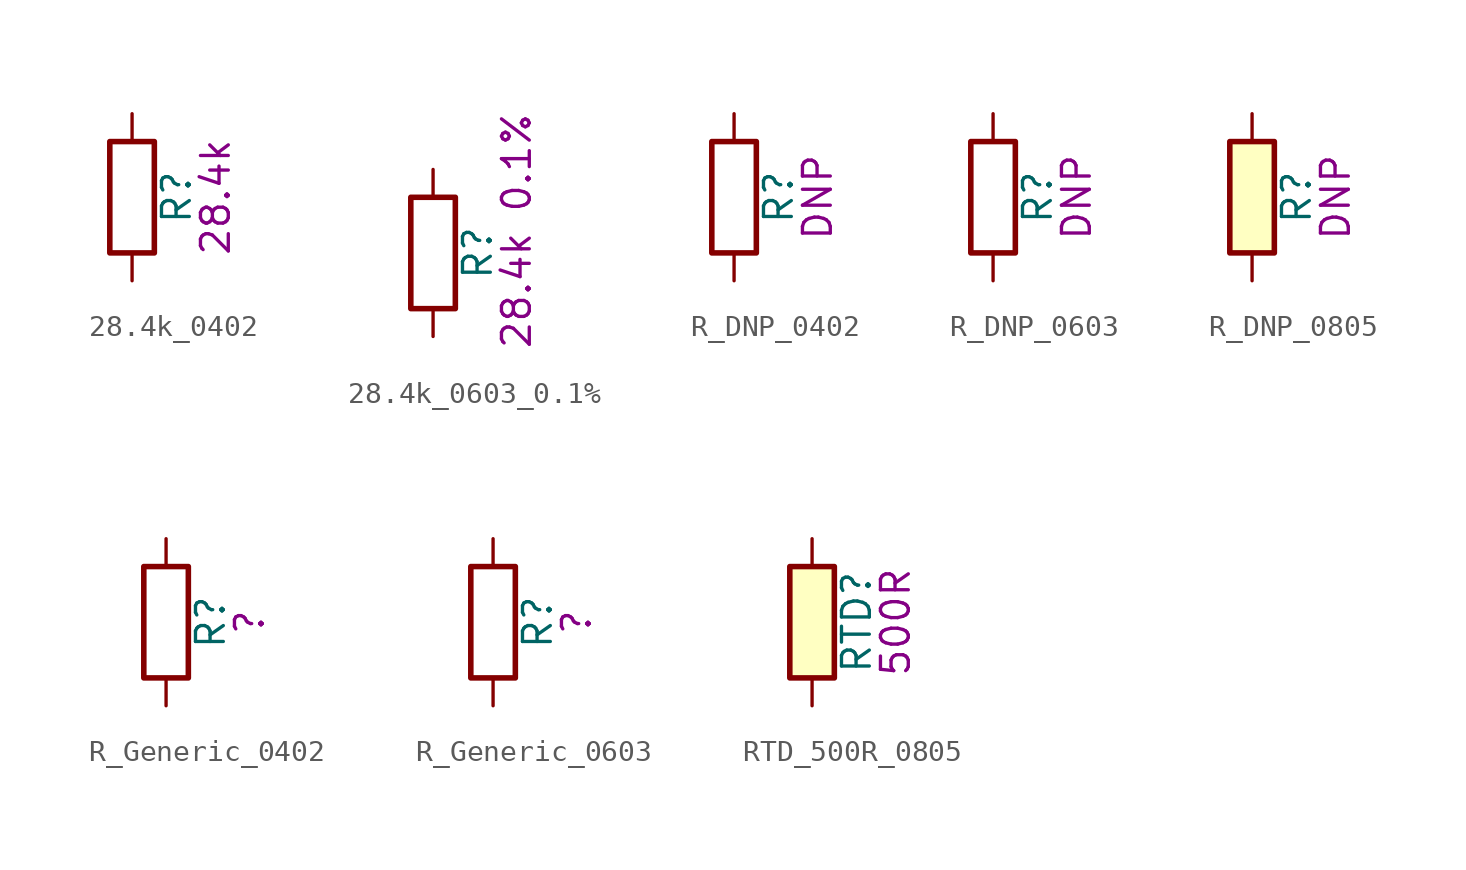
<source format=kicad_sym>
(kicad_symbol_lib
  (version 20220914)
  (generator kicad_symbol_editor)
  (symbol "28.4k_0402"
    (pin_numbers hide)
    (pin_names
      (offset 0))
    (property "Reference" "R"
      (at 2.032 0 90)
      (effects (font (size 1.27 1.27))))
    (property "Display" "28.4k"
      (at 3.81 0 90)
      (effects (font (size 1.27 1.27))))
    (symbol "28.4k_0402_0_1"
      (rectangle (start -1.016 -2.54) (end 1.016 2.54) (stroke (width 0.254) (type default)) (fill (type none))))
    (symbol "28.4k_0402_1_1"
      (pin passive line (at 0 3.81 270) (length 1.27) (name "~" (effects (font (size 1.27 1.27)))) (number "1" (effects (font (size 1.27 1.27)))))
      (pin passive line (at 0 -3.81 90) (length 1.27) (name "~" (effects (font (size 1.27 1.27)))) (number "2" (effects (font (size 1.27 1.27)))))))
  (symbol "28.4k_0603_0.1%"
    (pin_numbers hide)
    (pin_names
      (offset 0))
    (property "Reference" "R"
      (at 2.032 0 90)
      (effects (font (size 1.27 1.27))))
    (property "Display" "28.4k 0.1%"
      (at 3.81 -4.445 90)
      (effects (font (size 1.27 1.27)) (justify left)))
    (symbol "28.4k_0603_0.1%_0_1"
      (rectangle (start -1.016 -2.54) (end 1.016 2.54) (stroke (width 0.254) (type default)) (fill (type none))))
    (symbol "28.4k_0603_0.1%_1_1"
      (pin passive line (at 0 3.81 270) (length 1.27) (name "~" (effects (font (size 1.27 1.27)))) (number "1" (effects (font (size 1.27 1.27)))))
      (pin passive line (at 0 -3.81 90) (length 1.27) (name "~" (effects (font (size 1.27 1.27)))) (number "2" (effects (font (size 1.27 1.27)))))))
  (symbol "R_DNP_0402"
    (pin_numbers hide)
    (pin_names
      (offset 0))
    (property "Reference" "R"
      (at 2.032 0 90)
      (effects (font (size 1.27 1.27))))
    (property "Display" "DNP"
      (at 3.81 0 90)
      (effects (font (size 1.27 1.27))))
    (symbol "R_DNP_0402_0_1"
      (rectangle (start -1.016 -2.54) (end 1.016 2.54) (stroke (width 0.254) (type default)) (fill (type none))))
    (symbol "R_DNP_0402_1_1"
      (pin passive line (at 0 3.81 270) (length 1.27) (name "~" (effects (font (size 1.27 1.27)))) (number "1" (effects (font (size 1.27 1.27)))))
      (pin passive line (at 0 -3.81 90) (length 1.27) (name "~" (effects (font (size 1.27 1.27)))) (number "2" (effects (font (size 1.27 1.27)))))))
  (symbol "R_DNP_0603"
    (pin_numbers hide)
    (pin_names
      (offset 0))
    (property "Reference" "R"
      (at 2.032 0 90)
      (effects (font (size 1.27 1.27))))
    (property "Display" "DNP"
      (at 3.81 0 90)
      (effects (font (size 1.27 1.27))))
    (symbol "R_DNP_0603_0_1"
      (rectangle (start -1.016 -2.54) (end 1.016 2.54) (stroke (width 0.254) (type default)) (fill (type none))))
    (symbol "R_DNP_0603_1_1"
      (pin passive line (at 0 3.81 270) (length 1.27) (name "~" (effects (font (size 1.27 1.27)))) (number "1" (effects (font (size 1.27 1.27)))))
      (pin passive line (at 0 -3.81 90) (length 1.27) (name "~" (effects (font (size 1.27 1.27)))) (number "2" (effects (font (size 1.27 1.27)))))))
  (symbol "R_DNP_0805"
    (pin_numbers hide)
    (pin_names
      (offset 0))
    (property "Reference" "R"
      (at 2.032 0 90)
      (effects (font (size 1.27 1.27))))
    (property "Display" "DNP"
      (at 3.81 0 90)
      (effects (font (size 1.27 1.27))))
    (symbol "R_DNP_0805_0_1"
      (rectangle (start -1.016 -2.54) (end 1.016 2.54) (stroke (width 0.254) (type default)) (fill (type background))))
    (symbol "R_DNP_0805_1_1"
      (pin passive line (at 0 3.81 270) (length 1.27) (name "~" (effects (font (size 1.27 1.27)))) (number "1" (effects (font (size 1.27 1.27)))))
      (pin passive line (at 0 -3.81 90) (length 1.27) (name "~" (effects (font (size 1.27 1.27)))) (number "2" (effects (font (size 1.27 1.27)))))))
  (symbol "R_Generic_0402"
    (pin_numbers hide)
    (pin_names
      (offset 0))
    (property "Reference" "R"
      (at 2.032 0 90)
      (effects (font (size 1.27 1.27))))
    (property "Display" "?"
      (at 3.81 0 90)
      (effects (font (size 1.27 1.27))))
    (symbol "R_Generic_0402_0_1"
      (rectangle (start -1.016 -2.54) (end 1.016 2.54) (stroke (width 0.254) (type default)) (fill (type none))))
    (symbol "R_Generic_0402_1_1"
      (pin passive line (at 0 3.81 270) (length 1.27) (name "~" (effects (font (size 1.27 1.27)))) (number "1" (effects (font (size 1.27 1.27)))))
      (pin passive line (at 0 -3.81 90) (length 1.27) (name "~" (effects (font (size 1.27 1.27)))) (number "2" (effects (font (size 1.27 1.27)))))))
  (symbol "R_Generic_0603"
    (pin_numbers hide)
    (pin_names
      (offset 0))
    (property "Reference" "R"
      (at 2.032 0 90)
      (effects (font (size 1.27 1.27))))
    (property "Display" "?"
      (at 3.81 0 90)
      (effects (font (size 1.27 1.27))))
    (symbol "R_Generic_0603_0_1"
      (rectangle (start -1.016 -2.54) (end 1.016 2.54) (stroke (width 0.254) (type default)) (fill (type none))))
    (symbol "R_Generic_0603_1_1"
      (pin passive line (at 0 3.81 270) (length 1.27) (name "~" (effects (font (size 1.27 1.27)))) (number "1" (effects (font (size 1.27 1.27)))))
      (pin passive line (at 0 -3.81 90) (length 1.27) (name "~" (effects (font (size 1.27 1.27)))) (number "2" (effects (font (size 1.27 1.27)))))))
  (symbol "RTD_500R_0805"
    (pin_numbers hide)
    (pin_names
      (offset 0))
    (property "Reference" "RTD"
      (at 2.032 0 90)
      (effects (font (size 1.27 1.27))))
    (property "Display" "500R"
      (at 3.81 0 90)
      (effects (font (size 1.27 1.27))))
    (symbol "RTD_500R_0805_0_1"
      (rectangle (start -1.016 -2.54) (end 1.016 2.54) (stroke (width 0.254) (type default)) (fill (type background))))
    (symbol "RTD_500R_0805_1_1"
      (pin passive line (at 0 3.81 270) (length 1.27) (name "~" (effects (font (size 1.27 1.27)))) (number "1" (effects (font (size 1.27 1.27)))))
      (pin passive line (at 0 -3.81 90) (length 1.27) (name "~" (effects (font (size 1.27 1.27)))) (number "2" (effects (font (size 1.27 1.27))))))))
</source>
